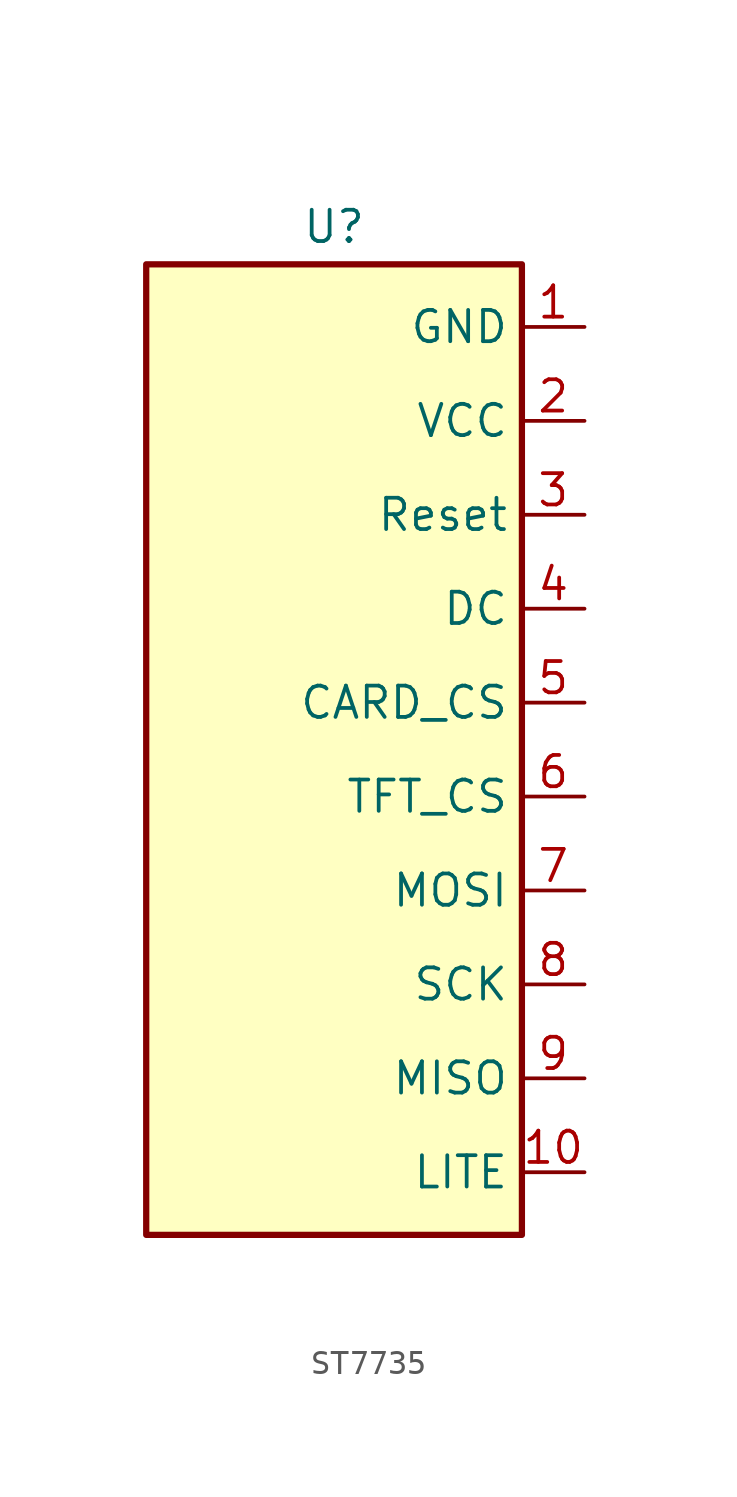
<source format=kicad_sym>
(kicad_symbol_lib
  (version 20231120)
  (generator "kicad_symbol_editor")
  (generator_version "8.0")
  (symbol "ST7735"
    (property "Reference" "U"
      (at 0 16.764 0)
      (effects (font (size 1.27 1.27))))
    (property "Value" ""
      (at 0 16.764 0)
      (effects (font (size 1.27 1.27))))
    (symbol "ST7735_1_1"
      (rectangle (start -7.62 15.24) (end 7.62 -24.13) (stroke (width 0.254) (type default)) (fill (type background)))
      (pin output line (at 10.16 12.7 180) (length 2.54) (name "GND" (effects (font (size 1.27 1.27)))) (number "1" (effects (font (size 1.27 1.27)))))
      (pin output line (at 10.16 -21.59 180) (length 2.54) (name "LITE" (effects (font (size 1.27 1.27)))) (number "10" (effects (font (size 1.27 1.27)))))
      (pin output line (at 10.16 8.89 180) (length 2.54) (name "VCC" (effects (font (size 1.27 1.27)))) (number "2" (effects (font (size 1.27 1.27)))))
      (pin output line (at 10.16 5.08 180) (length 2.54) (name "Reset" (effects (font (size 1.27 1.27)))) (number "3" (effects (font (size 1.27 1.27)))))
      (pin output line (at 10.16 1.27 180) (length 2.54) (name "DC" (effects (font (size 1.27 1.27)))) (number "4" (effects (font (size 1.27 1.27)))))
      (pin output line (at 10.16 -2.54 180) (length 2.54) (name "CARD_CS" (effects (font (size 1.27 1.27)))) (number "5" (effects (font (size 1.27 1.27)))))
      (pin output line (at 10.16 -6.35 180) (length 2.54) (name "TFT_CS" (effects (font (size 1.27 1.27)))) (number "6" (effects (font (size 1.27 1.27)))))
      (pin output line (at 10.16 -10.16 180) (length 2.54) (name "MOSI" (effects (font (size 1.27 1.27)))) (number "7" (effects (font (size 1.27 1.27)))))
      (pin output line (at 10.16 -13.97 180) (length 2.54) (name "SCK" (effects (font (size 1.27 1.27)))) (number "8" (effects (font (size 1.27 1.27)))))
      (pin output line (at 10.16 -17.78 180) (length 2.54) (name "MISO" (effects (font (size 1.27 1.27)))) (number "9" (effects (font (size 1.27 1.27))))))))
</source>
